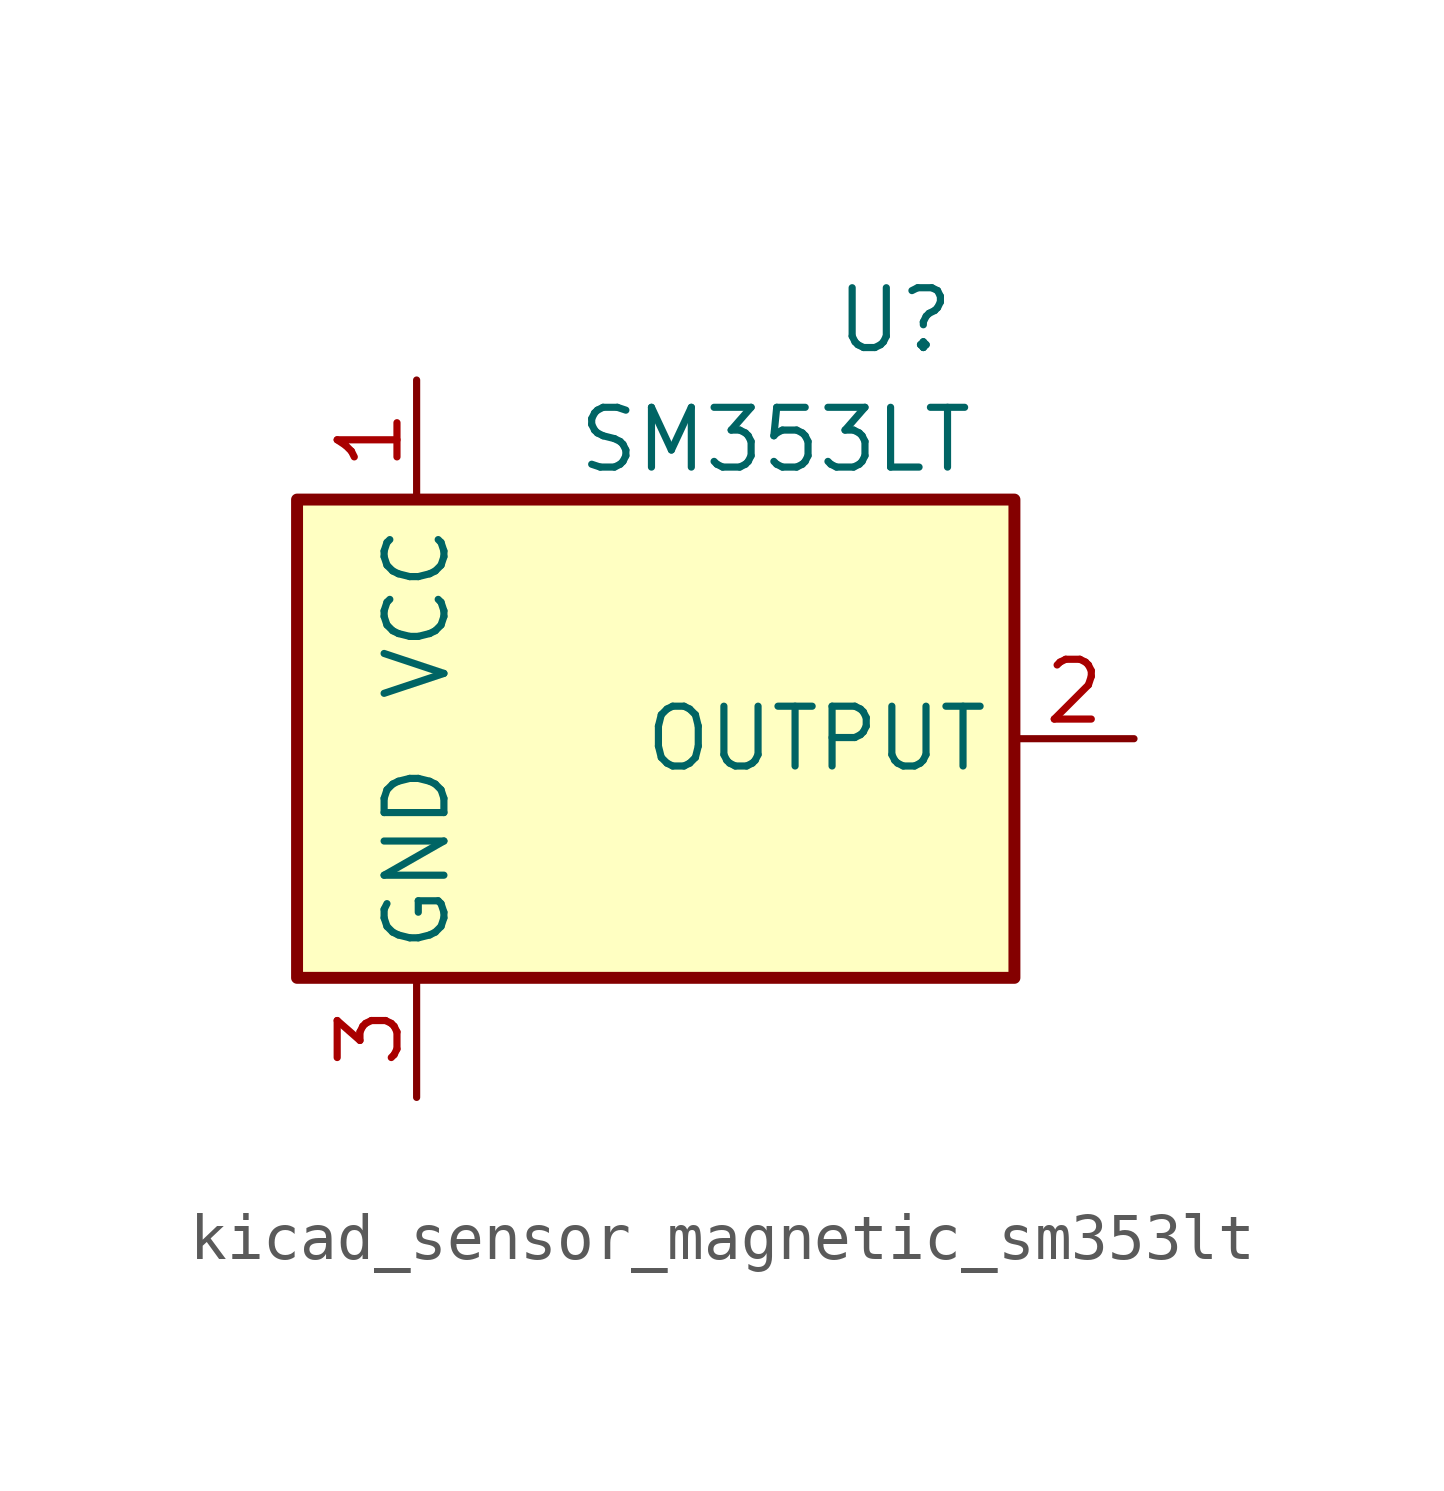
<source format=kicad_sym>
(kicad_symbol_lib
  (version 20220914)
  (generator kicad_symbol_editor)
  (symbol "kicad_sensor_magnetic_sm353lt"
    (property "Reference" "U"
      (at 5.08 8.89 0)
      (effects (font (size 1.27 1.27))))
    (property "Value" "SM353LT"
      (at 2.54 6.35 0)
      (effects (font (size 1.27 1.27))))
    (symbol "kicad_sensor_magnetic_sm353lt_0_1"
      (rectangle (start 7.62 5.08) (end -7.62 -5.08) (stroke (width 0.254) (type default)) (fill (type background))))
    (symbol "kicad_sensor_magnetic_sm353lt_1_1"
      (pin power_in line (at -5.08 7.62 270) (length 2.54) (name "VCC" (effects (font (size 1.27 1.27)))) (number "1" (effects (font (size 1.27 1.27)))))
      (pin output line (at 10.16 0 180) (length 2.54) (name "OUTPUT" (effects (font (size 1.27 1.27)))) (number "2" (effects (font (size 1.27 1.27)))))
      (pin power_in line (at -5.08 -7.62 90) (length 2.54) (name "GND" (effects (font (size 1.27 1.27)))) (number "3" (effects (font (size 1.27 1.27))))))))
</source>
